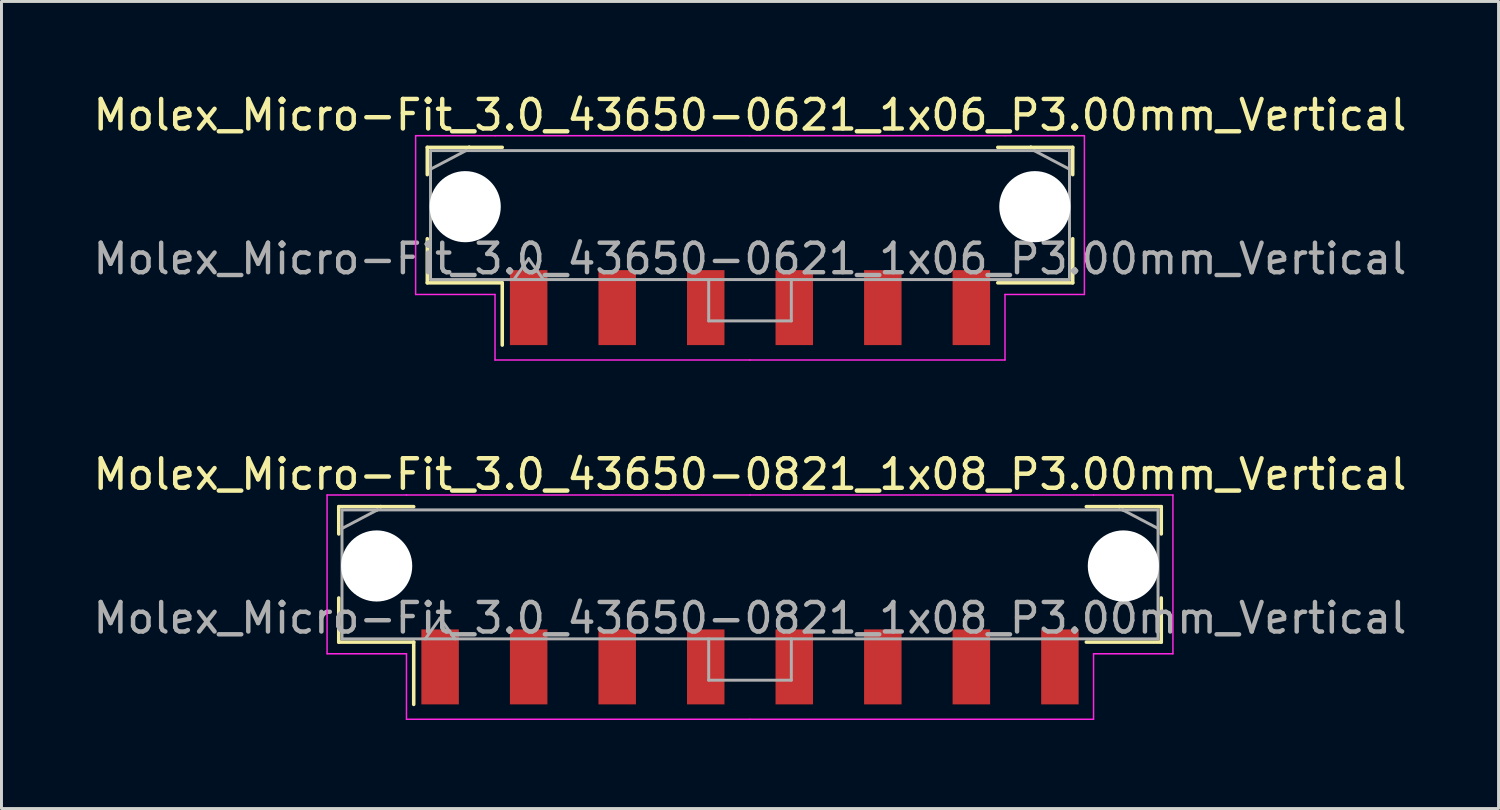
<source format=kicad_pcb>
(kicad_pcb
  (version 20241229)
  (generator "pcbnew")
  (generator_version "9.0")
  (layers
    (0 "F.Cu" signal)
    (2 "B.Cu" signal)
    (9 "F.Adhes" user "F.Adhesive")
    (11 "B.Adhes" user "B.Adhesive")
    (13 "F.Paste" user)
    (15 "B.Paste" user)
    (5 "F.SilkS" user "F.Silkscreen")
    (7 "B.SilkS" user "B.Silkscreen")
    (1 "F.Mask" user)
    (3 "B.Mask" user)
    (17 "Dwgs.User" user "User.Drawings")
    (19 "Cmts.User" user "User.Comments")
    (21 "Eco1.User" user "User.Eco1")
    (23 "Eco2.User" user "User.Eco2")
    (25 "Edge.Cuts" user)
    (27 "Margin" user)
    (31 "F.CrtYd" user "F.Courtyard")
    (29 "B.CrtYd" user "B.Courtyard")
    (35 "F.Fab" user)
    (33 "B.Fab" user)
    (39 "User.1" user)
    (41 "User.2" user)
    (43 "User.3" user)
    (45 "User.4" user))
  (footprint "Molex_Micro-Fit_3.0_43650-0821_1x08_P3.00mm_Vertical"
    (layer "F.Cu")
    (at 22.363 16.412)
    (property "Reference" "Molex_Micro-Fit_3.0_43650-0821_1x08_P3.00mm_Vertical" (at 0 -3.39 0) (layer "F.SilkS") (effects (font (size 1 1) (thickness 0.15))))
    (attr smd)
    (fp_line (start -13.935 -2.295) (end -12.515 -2.295) (stroke (width 0.12) (type solid)) (layer "F.SilkS"))
    (fp_line (start -13.935 -1.37) (end -13.935 -2.295) (stroke (width 0.12) (type solid)) (layer "F.SilkS"))
    (fp_line (start -13.935 0.8) (end -13.935 2.295) (stroke (width 0.12) (type solid)) (layer "F.SilkS"))
    (fp_line (start -13.935 2.295) (end -11.395 2.295) (stroke (width 0.12) (type solid)) (layer "F.SilkS"))
    (fp_line (start -12.515 -2.295) (end -12.515 -2.295) (stroke (width 0.12) (type solid)) (layer "F.SilkS"))
    (fp_line (start -12.515 -2.295) (end -11.395 -2.295) (stroke (width 0.12) (type solid)) (layer "F.SilkS"))
    (fp_line (start -11.395 2.295) (end -11.395 4.405) (stroke (width 0.12) (type solid)) (layer "F.SilkS"))
    (fp_line (start 12.515 -2.295) (end 11.395 -2.295) (stroke (width 0.12) (type solid)) (layer "F.SilkS"))
    (fp_line (start 12.515 -2.295) (end 12.515 -2.295) (stroke (width 0.12) (type solid)) (layer "F.SilkS"))
    (fp_line (start 13.935 -2.295) (end 12.515 -2.295) (stroke (width 0.12) (type solid)) (layer "F.SilkS"))
    (fp_line (start 13.935 -1.37) (end 13.935 -2.295) (stroke (width 0.12) (type solid)) (layer "F.SilkS"))
    (fp_line (start 13.935 0.8) (end 13.935 2.295) (stroke (width 0.12) (type solid)) (layer "F.SilkS"))
    (fp_line (start 13.935 2.295) (end 11.395 2.295) (stroke (width 0.12) (type solid)) (layer "F.SilkS"))
    (fp_line (start -14.33 -2.69) (end -14.33 2.69) (stroke (width 0.05) (type solid)) (layer "F.CrtYd"))
    (fp_line (start -14.33 2.69) (end -11.64 2.69) (stroke (width 0.05) (type solid)) (layer "F.CrtYd"))
    (fp_line (start -11.64 -2.69) (end -14.33 -2.69) (stroke (width 0.05) (type solid)) (layer "F.CrtYd"))
    (fp_line (start -11.64 2.69) (end -11.64 4.91) (stroke (width 0.05) (type solid)) (layer "F.CrtYd"))
    (fp_line (start -11.64 4.91) (end 0 4.91) (stroke (width 0.05) (type solid)) (layer "F.CrtYd"))
    (fp_line (start 0 -2.69) (end -11.64 -2.69) (stroke (width 0.05) (type solid)) (layer "F.CrtYd"))
    (fp_line (start 0 -2.69) (end 11.64 -2.69) (stroke (width 0.05) (type solid)) (layer "F.CrtYd"))
    (fp_line (start 11.64 -2.69) (end 14.33 -2.69) (stroke (width 0.05) (type solid)) (layer "F.CrtYd"))
    (fp_line (start 11.64 2.69) (end 11.64 4.91) (stroke (width 0.05) (type solid)) (layer "F.CrtYd"))
    (fp_line (start 11.64 4.91) (end 0 4.91) (stroke (width 0.05) (type solid)) (layer "F.CrtYd"))
    (fp_line (start 14.33 -2.69) (end 14.33 2.69) (stroke (width 0.05) (type solid)) (layer "F.CrtYd"))
    (fp_line (start 14.33 2.69) (end 11.64 2.69) (stroke (width 0.05) (type solid)) (layer "F.CrtYd"))
    (fp_line (start -13.825 -2.185) (end -13.825 2.185) (stroke (width 0.1) (type solid)) (layer "F.Fab"))
    (fp_line (start -13.825 -1.555) (end -12.625 -2.185) (stroke (width 0.1) (type solid)) (layer "F.Fab"))
    (fp_line (start -13.825 2.185) (end 13.825 2.185) (stroke (width 0.1) (type solid)) (layer "F.Fab"))
    (fp_line (start -12.625 -2.185) (end -13.825 -2.185) (stroke (width 0.1) (type solid)) (layer "F.Fab"))
    (fp_line (start -12.625 -2.185) (end -12.625 -2.185) (stroke (width 0.1) (type solid)) (layer "F.Fab"))
    (fp_line (start -11 2.185) (end -10.5 1.478) (stroke (width 0.1) (type solid)) (layer "F.Fab"))
    (fp_line (start -10.5 1.478) (end -10 2.185) (stroke (width 0.1) (type solid)) (layer "F.Fab"))
    (fp_line (start -1.4 2.185) (end -1.4 3.585) (stroke (width 0.1) (type solid)) (layer "F.Fab"))
    (fp_line (start -1.4 3.585) (end 1.4 3.585) (stroke (width 0.1) (type solid)) (layer "F.Fab"))
    (fp_line (start 1.4 3.585) (end 1.4 2.185) (stroke (width 0.1) (type solid)) (layer "F.Fab"))
    (fp_line (start 12.625 -2.185) (end -12.625 -2.185) (stroke (width 0.1) (type solid)) (layer "F.Fab"))
    (fp_line (start 12.625 -2.185) (end 12.625 -2.185) (stroke (width 0.1) (type solid)) (layer "F.Fab"))
    (fp_line (start 13.825 -2.185) (end 12.625 -2.185) (stroke (width 0.1) (type solid)) (layer "F.Fab"))
    (fp_line (start 13.825 -1.555) (end 12.625 -2.185) (stroke (width 0.1) (type solid)) (layer "F.Fab"))
    (fp_line (start 13.825 2.185) (end 13.825 -2.185) (stroke (width 0.1) (type solid)) (layer "F.Fab"))
    (fp_text user "${REFERENCE}" (at 0 1.48 0) (layer "F.Fab") (effects (font (size 1 1) (thickness 0.15))))
    (pad "" np_thru_hole circle (at -12.65 -0.285) (size 2.41 2.41) (drill 2.41) (layers "*.Cu" "*.Mask"))
    (pad "" np_thru_hole circle (at 12.65 -0.285) (size 2.41 2.41) (drill 2.41) (layers "*.Cu" "*.Mask"))
    (pad "1" smd rect (at -10.5 3.135) (size 1.27 2.54) (layers "F.Cu" "F.Mask" "F.Paste"))
    (pad "2" smd rect (at -7.5 3.135) (size 1.27 2.54) (layers "F.Cu" "F.Mask" "F.Paste"))
    (pad "3" smd rect (at -4.5 3.135) (size 1.27 2.54) (layers "F.Cu" "F.Mask" "F.Paste"))
    (pad "4" smd rect (at -1.5 3.135) (size 1.27 2.54) (layers "F.Cu" "F.Mask" "F.Paste"))
    (pad "5" smd rect (at 1.5 3.135) (size 1.27 2.54) (layers "F.Cu" "F.Mask" "F.Paste"))
    (pad "6" smd rect (at 4.5 3.135) (size 1.27 2.54) (layers "F.Cu" "F.Mask" "F.Paste"))
    (pad "7" smd rect (at 7.5 3.135) (size 1.27 2.54) (layers "F.Cu" "F.Mask" "F.Paste"))
    (pad "8" smd rect (at 10.5 3.135) (size 1.27 2.54) (layers "F.Cu" "F.Mask" "F.Paste")))
  (footprint "Molex_Micro-Fit_3.0_43650-0621_1x06_P3.00mm_Vertical"
    (layer "F.Cu")
    (at 22.363 4.238)
    (property "Reference" "Molex_Micro-Fit_3.0_43650-0621_1x06_P3.00mm_Vertical" (at 0 -3.39 0) (layer "F.SilkS") (effects (font (size 1 1) (thickness 0.15))))
    (attr smd)
    (fp_line (start -10.935 -2.295) (end -9.515 -2.295) (stroke (width 0.12) (type solid)) (layer "F.SilkS"))
    (fp_line (start -10.935 -1.37) (end -10.935 -2.295) (stroke (width 0.12) (type solid)) (layer "F.SilkS"))
    (fp_line (start -10.935 0.8) (end -10.935 2.295) (stroke (width 0.12) (type solid)) (layer "F.SilkS"))
    (fp_line (start -10.935 2.295) (end -8.395 2.295) (stroke (width 0.12) (type solid)) (layer "F.SilkS"))
    (fp_line (start -9.515 -2.295) (end -9.515 -2.295) (stroke (width 0.12) (type solid)) (layer "F.SilkS"))
    (fp_line (start -9.515 -2.295) (end -8.395 -2.295) (stroke (width 0.12) (type solid)) (layer "F.SilkS"))
    (fp_line (start -8.395 2.295) (end -8.395 4.405) (stroke (width 0.12) (type solid)) (layer "F.SilkS"))
    (fp_line (start 9.515 -2.295) (end 8.395 -2.295) (stroke (width 0.12) (type solid)) (layer "F.SilkS"))
    (fp_line (start 9.515 -2.295) (end 9.515 -2.295) (stroke (width 0.12) (type solid)) (layer "F.SilkS"))
    (fp_line (start 10.935 -2.295) (end 9.515 -2.295) (stroke (width 0.12) (type solid)) (layer "F.SilkS"))
    (fp_line (start 10.935 -1.37) (end 10.935 -2.295) (stroke (width 0.12) (type solid)) (layer "F.SilkS"))
    (fp_line (start 10.935 0.8) (end 10.935 2.295) (stroke (width 0.12) (type solid)) (layer "F.SilkS"))
    (fp_line (start 10.935 2.295) (end 8.395 2.295) (stroke (width 0.12) (type solid)) (layer "F.SilkS"))
    (fp_line (start -11.33 -2.69) (end -11.33 2.69) (stroke (width 0.05) (type solid)) (layer "F.CrtYd"))
    (fp_line (start -11.33 2.69) (end -8.64 2.69) (stroke (width 0.05) (type solid)) (layer "F.CrtYd"))
    (fp_line (start -8.64 -2.69) (end -11.33 -2.69) (stroke (width 0.05) (type solid)) (layer "F.CrtYd"))
    (fp_line (start -8.64 2.69) (end -8.64 4.91) (stroke (width 0.05) (type solid)) (layer "F.CrtYd"))
    (fp_line (start -8.64 4.91) (end 0 4.91) (stroke (width 0.05) (type solid)) (layer "F.CrtYd"))
    (fp_line (start 0 -2.69) (end -8.64 -2.69) (stroke (width 0.05) (type solid)) (layer "F.CrtYd"))
    (fp_line (start 0 -2.69) (end 8.64 -2.69) (stroke (width 0.05) (type solid)) (layer "F.CrtYd"))
    (fp_line (start 8.64 -2.69) (end 11.33 -2.69) (stroke (width 0.05) (type solid)) (layer "F.CrtYd"))
    (fp_line (start 8.64 2.69) (end 8.64 4.91) (stroke (width 0.05) (type solid)) (layer "F.CrtYd"))
    (fp_line (start 8.64 4.91) (end 0 4.91) (stroke (width 0.05) (type solid)) (layer "F.CrtYd"))
    (fp_line (start 11.33 -2.69) (end 11.33 2.69) (stroke (width 0.05) (type solid)) (layer "F.CrtYd"))
    (fp_line (start 11.33 2.69) (end 8.64 2.69) (stroke (width 0.05) (type solid)) (layer "F.CrtYd"))
    (fp_line (start -10.825 -2.185) (end -10.825 2.185) (stroke (width 0.1) (type solid)) (layer "F.Fab"))
    (fp_line (start -10.825 -1.555) (end -9.625 -2.185) (stroke (width 0.1) (type solid)) (layer "F.Fab"))
    (fp_line (start -10.825 2.185) (end 10.825 2.185) (stroke (width 0.1) (type solid)) (layer "F.Fab"))
    (fp_line (start -9.625 -2.185) (end -10.825 -2.185) (stroke (width 0.1) (type solid)) (layer "F.Fab"))
    (fp_line (start -9.625 -2.185) (end -9.625 -2.185) (stroke (width 0.1) (type solid)) (layer "F.Fab"))
    (fp_line (start -8 2.185) (end -7.5 1.478) (stroke (width 0.1) (type solid)) (layer "F.Fab"))
    (fp_line (start -7.5 1.478) (end -7 2.185) (stroke (width 0.1) (type solid)) (layer "F.Fab"))
    (fp_line (start -1.4 2.185) (end -1.4 3.585) (stroke (width 0.1) (type solid)) (layer "F.Fab"))
    (fp_line (start -1.4 3.585) (end 1.4 3.585) (stroke (width 0.1) (type solid)) (layer "F.Fab"))
    (fp_line (start 1.4 3.585) (end 1.4 2.185) (stroke (width 0.1) (type solid)) (layer "F.Fab"))
    (fp_line (start 9.625 -2.185) (end -9.625 -2.185) (stroke (width 0.1) (type solid)) (layer "F.Fab"))
    (fp_line (start 9.625 -2.185) (end 9.625 -2.185) (stroke (width 0.1) (type solid)) (layer "F.Fab"))
    (fp_line (start 10.825 -2.185) (end 9.625 -2.185) (stroke (width 0.1) (type solid)) (layer "F.Fab"))
    (fp_line (start 10.825 -1.555) (end 9.625 -2.185) (stroke (width 0.1) (type solid)) (layer "F.Fab"))
    (fp_line (start 10.825 2.185) (end 10.825 -2.185) (stroke (width 0.1) (type solid)) (layer "F.Fab"))
    (fp_text user "${REFERENCE}" (at 0 1.48 0) (layer "F.Fab") (effects (font (size 1 1) (thickness 0.15))))
    (pad "" np_thru_hole circle (at -9.65 -0.285) (size 2.41 2.41) (drill 2.41) (layers "*.Cu" "*.Mask"))
    (pad "" np_thru_hole circle (at 9.65 -0.285) (size 2.41 2.41) (drill 2.41) (layers "*.Cu" "*.Mask"))
    (pad "1" smd rect (at -7.5 3.135) (size 1.27 2.54) (layers "F.Cu" "F.Mask" "F.Paste"))
    (pad "2" smd rect (at -4.5 3.135) (size 1.27 2.54) (layers "F.Cu" "F.Mask" "F.Paste"))
    (pad "3" smd rect (at -1.5 3.135) (size 1.27 2.54) (layers "F.Cu" "F.Mask" "F.Paste"))
    (pad "4" smd rect (at 1.5 3.135) (size 1.27 2.54) (layers "F.Cu" "F.Mask" "F.Paste"))
    (pad "5" smd rect (at 4.5 3.135) (size 1.27 2.54) (layers "F.Cu" "F.Mask" "F.Paste"))
    (pad "6" smd rect (at 7.5 3.135) (size 1.27 2.54) (layers "F.Cu" "F.Mask" "F.Paste")))
  (gr_rect
    (start -3 -3)
    (end 47.726 24.346)
    (stroke (width 0.1) (type default))
    (fill no)
    (layer "Edge.Cuts")))
</source>
